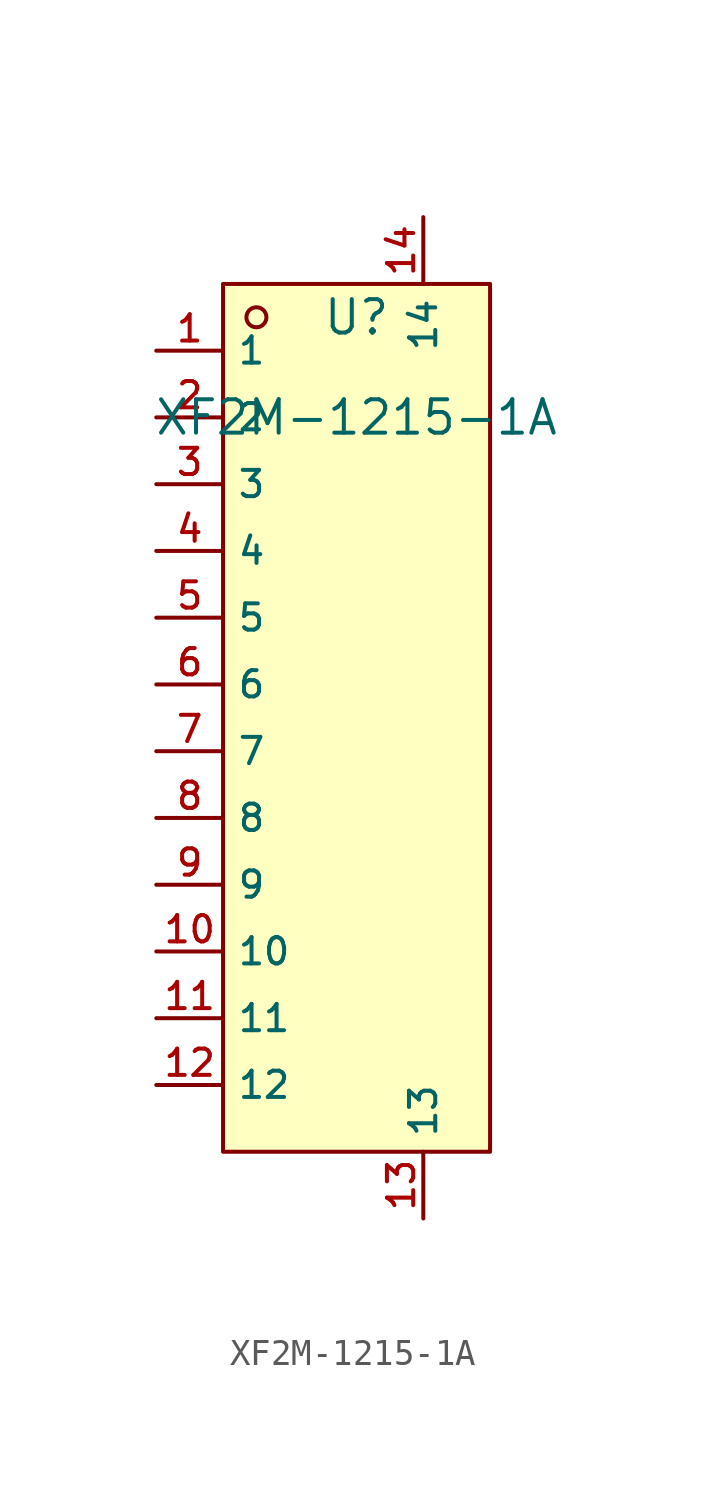
<source format=kicad_sym>
(kicad_symbol_lib
  (version 20210201)
  (generator TousstNicolas/JLC2KiCad_lib)
  (symbol "XF2M-1215-1A"
    (property "Reference" "U"
      (at 0 1.27 0)
      (effects (font (size 1.27 1.27))))
    (property "Value" "XF2M-1215-1A"
      (at 0 -2.54 0)
      (effects (font (size 1.27 1.27))))
    (symbol "XF2M-1215-1A_0_0"
      (rectangle (start -5.08 2.54) (end 5.08 -30.48) (stroke (width 0) (type default) (color 0 0 0 0)) (fill (type background)))
      (circle (center -3.81 1.27) (radius 0.381) (stroke (width 0) (type default) (color 0 0 0 0)) (fill (type background)))
      (pin unspecified line (at -7.62 0.0 0) (length 2.54) (name "1" (effects (font (size 1 1)))) (number "1" (effects (font (size 1 1)))))
      (pin unspecified line (at -7.62 -2.54 0) (length 2.54) (name "2" (effects (font (size 1 1)))) (number "2" (effects (font (size 1 1)))))
      (pin unspecified line (at -7.62 -5.08 0) (length 2.54) (name "3" (effects (font (size 1 1)))) (number "3" (effects (font (size 1 1)))))
      (pin unspecified line (at -7.62 -7.62 0) (length 2.54) (name "4" (effects (font (size 1 1)))) (number "4" (effects (font (size 1 1)))))
      (pin unspecified line (at -7.62 -10.16 0) (length 2.54) (name "5" (effects (font (size 1 1)))) (number "5" (effects (font (size 1 1)))))
      (pin unspecified line (at -7.62 -12.7 0) (length 2.54) (name "6" (effects (font (size 1 1)))) (number "6" (effects (font (size 1 1)))))
      (pin unspecified line (at -7.62 -15.24 0) (length 2.54) (name "7" (effects (font (size 1 1)))) (number "7" (effects (font (size 1 1)))))
      (pin unspecified line (at -7.62 -17.78 0) (length 2.54) (name "8" (effects (font (size 1 1)))) (number "8" (effects (font (size 1 1)))))
      (pin unspecified line (at -7.62 -20.32 0) (length 2.54) (name "9" (effects (font (size 1 1)))) (number "9" (effects (font (size 1 1)))))
      (pin unspecified line (at -7.62 -22.86 0) (length 2.54) (name "10" (effects (font (size 1 1)))) (number "10" (effects (font (size 1 1)))))
      (pin unspecified line (at -7.62 -25.4 0) (length 2.54) (name "11" (effects (font (size 1 1)))) (number "11" (effects (font (size 1 1)))))
      (pin unspecified line (at -7.62 -27.94 0) (length 2.54) (name "12" (effects (font (size 1 1)))) (number "12" (effects (font (size 1 1)))))
      (pin unspecified line (at 2.54 -33.02 90) (length 2.54) (name "13" (effects (font (size 1 1)))) (number "13" (effects (font (size 1 1)))))
      (pin unspecified line (at 2.54 5.08 270) (length 2.54) (name "14" (effects (font (size 1 1)))) (number "14" (effects (font (size 1 1))))))))
</source>
